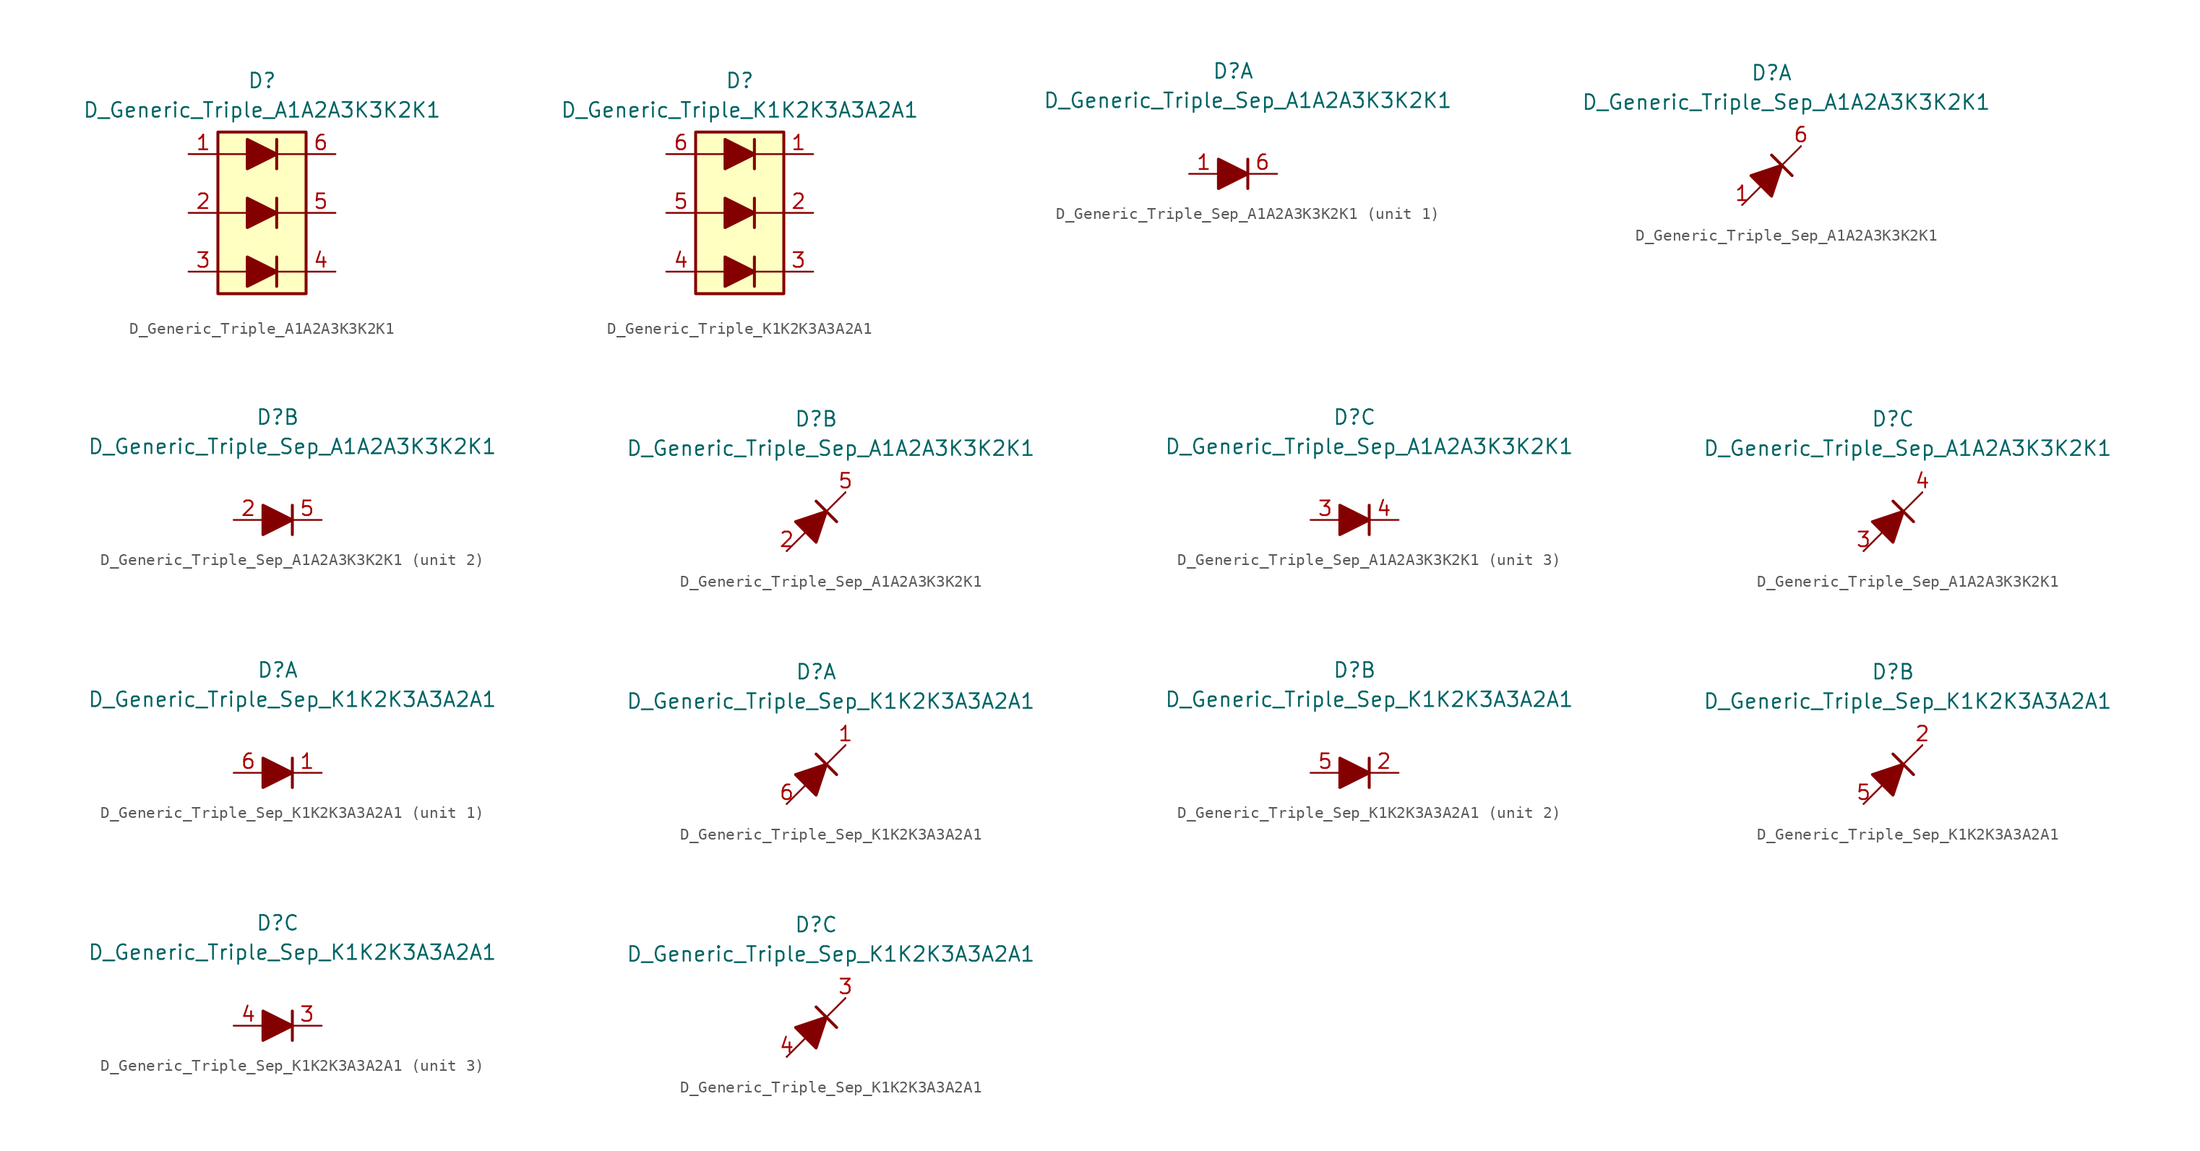
<source format=kicad_sym>
(kicad_symbol_lib
  (version 20231120)
  (generator "kicad_symbol_editor")
  (generator_version "8.0")
  (symbol "D_Generic_Triple_A1A2A3K3K2K1"
    (pin_names
      (offset 1.016) hide)
    (property "Reference" "D"
      (at 0 11.43 0)
      (effects (font (size 1.27 1.27))))
    (property "Value" "D_Generic_Triple_A1A2A3K3K2K1"
      (at 0 8.89 0)
      (effects (font (size 1.27 1.27))))
    (symbol "D_Generic_Triple_A1A2A3K3K2K1_0_1"
      (rectangle (start -3.81 6.985) (end 3.81 -6.985) (stroke (width 0.254) (type default)) (fill (type background)))
      (polyline (pts (xy -3.81 -5.08) (xy -1.27 -5.08)) (stroke (width 0) (type default)) (fill (type none)))
      (polyline (pts (xy -3.81 0) (xy -1.27 0)) (stroke (width 0) (type default)) (fill (type none)))
      (polyline (pts (xy -3.81 5.08) (xy -1.27 5.08)) (stroke (width 0) (type default)) (fill (type none)))
      (polyline (pts (xy 1.27 -5.08) (xy 3.81 -5.08)) (stroke (width 0) (type default)) (fill (type none)))
      (polyline (pts (xy 1.27 -3.81) (xy 1.27 -6.35)) (stroke (width 0.254) (type default)) (fill (type none)))
      (polyline (pts (xy 1.27 0) (xy 3.81 0)) (stroke (width 0) (type default)) (fill (type none)))
      (polyline (pts (xy 1.27 1.27) (xy 1.27 -1.27)) (stroke (width 0.254) (type default)) (fill (type none)))
      (polyline (pts (xy 1.27 5.08) (xy 3.81 5.08)) (stroke (width 0) (type default)) (fill (type none)))
      (polyline (pts (xy 1.27 6.35) (xy 1.27 3.81)) (stroke (width 0.254) (type default)) (fill (type none))))
    (symbol "D_Generic_Triple_A1A2A3K3K2K1_1_1"
      (polyline (pts (xy -1.27 -5.08) (xy 1.27 -5.08)) (stroke (width 0) (type default)) (fill (type none)))
      (polyline (pts (xy -1.27 0) (xy 1.27 0)) (stroke (width 0) (type default)) (fill (type none)))
      (polyline (pts (xy -1.27 5.08) (xy 1.27 5.08)) (stroke (width 0) (type default)) (fill (type none)))
      (polyline (pts (xy -1.27 -3.81) (xy -1.27 -6.35) (xy 1.27 -5.08) (xy -1.27 -3.81)) (stroke (width 0.254) (type default)) (fill (type outline)))
      (polyline (pts (xy -1.27 1.27) (xy -1.27 -1.27) (xy 1.27 0) (xy -1.27 1.27)) (stroke (width 0.254) (type default)) (fill (type outline)))
      (polyline (pts (xy -1.27 6.35) (xy -1.27 3.81) (xy 1.27 5.08) (xy -1.27 6.35)) (stroke (width 0.254) (type default)) (fill (type outline)))
      (pin passive line (at -6.35 5.08 0) (length 2.54) (name "A1" (effects (font (size 1.27 1.27)))) (number "1" (effects (font (size 1.27 1.27)))))
      (pin passive line (at -6.35 0 0) (length 2.54) (name "A2" (effects (font (size 1.27 1.27)))) (number "2" (effects (font (size 1.27 1.27)))))
      (pin passive line (at -6.35 -5.08 0) (length 2.54) (name "A3" (effects (font (size 1.27 1.27)))) (number "3" (effects (font (size 1.27 1.27)))))
      (pin passive line (at 6.35 -5.08 180) (length 2.54) (name "K3" (effects (font (size 1.27 1.27)))) (number "4" (effects (font (size 1.27 1.27)))))
      (pin passive line (at 6.35 0 180) (length 2.54) (name "K2" (effects (font (size 1.27 1.27)))) (number "5" (effects (font (size 1.27 1.27)))))
      (pin passive line (at 6.35 5.08 180) (length 2.54) (name "K1" (effects (font (size 1.27 1.27)))) (number "6" (effects (font (size 1.27 1.27)))))))
  (symbol "D_Generic_Triple_K1K2K3A3A2A1"
    (pin_names
      (offset 1.016) hide)
    (property "Reference" "D"
      (at 0 11.43 0)
      (effects (font (size 1.27 1.27))))
    (property "Value" "D_Generic_Triple_K1K2K3A3A2A1"
      (at 0 8.89 0)
      (effects (font (size 1.27 1.27))))
    (symbol "D_Generic_Triple_K1K2K3A3A2A1_0_1"
      (rectangle (start -3.81 6.985) (end 3.81 -6.985) (stroke (width 0.254) (type default)) (fill (type background)))
      (polyline (pts (xy -3.81 -5.08) (xy -1.27 -5.08)) (stroke (width 0) (type default)) (fill (type none)))
      (polyline (pts (xy -3.81 0) (xy -1.27 0)) (stroke (width 0) (type default)) (fill (type none)))
      (polyline (pts (xy -3.81 5.08) (xy -1.27 5.08)) (stroke (width 0) (type default)) (fill (type none)))
      (polyline (pts (xy 1.27 -5.08) (xy 3.81 -5.08)) (stroke (width 0) (type default)) (fill (type none)))
      (polyline (pts (xy 1.27 -3.81) (xy 1.27 -6.35)) (stroke (width 0.254) (type default)) (fill (type none)))
      (polyline (pts (xy 1.27 0) (xy 3.81 0)) (stroke (width 0) (type default)) (fill (type none)))
      (polyline (pts (xy 1.27 1.27) (xy 1.27 -1.27)) (stroke (width 0.254) (type default)) (fill (type none)))
      (polyline (pts (xy 1.27 5.08) (xy 3.81 5.08)) (stroke (width 0) (type default)) (fill (type none)))
      (polyline (pts (xy 1.27 6.35) (xy 1.27 3.81)) (stroke (width 0.254) (type default)) (fill (type none))))
    (symbol "D_Generic_Triple_K1K2K3A3A2A1_1_1"
      (polyline (pts (xy -1.27 -5.08) (xy 1.27 -5.08)) (stroke (width 0) (type default)) (fill (type none)))
      (polyline (pts (xy -1.27 0) (xy 1.27 0)) (stroke (width 0) (type default)) (fill (type none)))
      (polyline (pts (xy -1.27 5.08) (xy 1.27 5.08)) (stroke (width 0) (type default)) (fill (type none)))
      (polyline (pts (xy -1.27 -3.81) (xy -1.27 -6.35) (xy 1.27 -5.08) (xy -1.27 -3.81)) (stroke (width 0.254) (type default)) (fill (type outline)))
      (polyline (pts (xy -1.27 1.27) (xy -1.27 -1.27) (xy 1.27 0) (xy -1.27 1.27)) (stroke (width 0.254) (type default)) (fill (type outline)))
      (polyline (pts (xy -1.27 6.35) (xy -1.27 3.81) (xy 1.27 5.08) (xy -1.27 6.35)) (stroke (width 0.254) (type default)) (fill (type outline)))
      (pin passive line (at 6.35 5.08 180) (length 2.54) (name "K1" (effects (font (size 1.27 1.27)))) (number "1" (effects (font (size 1.27 1.27)))))
      (pin passive line (at 6.35 0 180) (length 2.54) (name "K2" (effects (font (size 1.27 1.27)))) (number "2" (effects (font (size 1.27 1.27)))))
      (pin passive line (at 6.35 -5.08 180) (length 2.54) (name "K3" (effects (font (size 1.27 1.27)))) (number "3" (effects (font (size 1.27 1.27)))))
      (pin passive line (at -6.35 -5.08 0) (length 2.54) (name "A3" (effects (font (size 1.27 1.27)))) (number "4" (effects (font (size 1.27 1.27)))))
      (pin passive line (at -6.35 0 0) (length 2.54) (name "A2" (effects (font (size 1.27 1.27)))) (number "5" (effects (font (size 1.27 1.27)))))
      (pin passive line (at -6.35 5.08 0) (length 2.54) (name "A1" (effects (font (size 1.27 1.27)))) (number "6" (effects (font (size 1.27 1.27)))))))
  (symbol "D_Generic_Triple_Sep_A1A2A3K3K2K1"
    (pin_names
      (offset 1.016) hide)
    (property "Reference" "D"
      (at 0 8.89 0)
      (effects (font (size 1.27 1.27))))
    (property "Value" "D_Generic_Triple_Sep_A1A2A3K3K2K1"
      (at 1.27 6.35 0)
      (effects (font (size 1.27 1.27))))
    (symbol "D_Generic_Triple_Sep_A1A2A3K3K2K1_0_1"
      (polyline (pts (xy 1.27 1.27) (xy 1.27 -1.27)) (stroke (width 0.254) (type default)) (fill (type none))))
    (symbol "D_Generic_Triple_Sep_A1A2A3K3K2K1_0_2"
      (polyline (pts (xy -2.54 -2.54) (xy 2.54 2.54)) (stroke (width 0) (type default)) (fill (type none)))
      (polyline (pts (xy 0 1.778) (xy 1.778 0)) (stroke (width 0.254) (type default)) (fill (type none)))
      (polyline (pts (xy -0.889 -0.889) (xy -1.778 0) (xy 0.889 0.889) (xy 0 -1.778) (xy -0.889 -0.889)) (stroke (width 0.254) (type default)) (fill (type outline))))
    (symbol "D_Generic_Triple_Sep_A1A2A3K3K2K1_1_1"
      (polyline (pts (xy -1.27 0) (xy 1.27 0)) (stroke (width 0) (type default)) (fill (type none)))
      (polyline (pts (xy -1.27 1.27) (xy -1.27 -1.27) (xy 1.27 0) (xy -1.27 1.27)) (stroke (width 0.254) (type default)) (fill (type outline)))
      (pin passive line (at -3.81 0 0) (length 2.54) (name "A3" (effects (font (size 1.27 1.27)))) (number "1" (effects (font (size 1.27 1.27)))))
      (pin passive line (at 3.81 0 180) (length 2.54) (name "K3" (effects (font (size 1.27 1.27)))) (number "6" (effects (font (size 1.27 1.27))))))
    (symbol "D_Generic_Triple_Sep_A1A2A3K3K2K1_1_2"
      (pin passive line (at -2.54 -2.54 0) (length 0) (name "A" (effects (font (size 1.27 1.27)))) (number "1" (effects (font (size 1.27 1.27)))))
      (pin passive line (at 2.54 2.54 180) (length 0) (name "K" (effects (font (size 1.27 1.27)))) (number "6" (effects (font (size 1.27 1.27))))))
    (symbol "D_Generic_Triple_Sep_A1A2A3K3K2K1_2_1"
      (polyline (pts (xy -1.27 0) (xy 1.27 0)) (stroke (width 0) (type default)) (fill (type none)))
      (polyline (pts (xy -1.27 1.27) (xy -1.27 -1.27) (xy 1.27 0) (xy -1.27 1.27)) (stroke (width 0.254) (type default)) (fill (type outline)))
      (pin passive line (at -3.81 0 0) (length 2.54) (name "A2" (effects (font (size 1.27 1.27)))) (number "2" (effects (font (size 1.27 1.27)))))
      (pin passive line (at 3.81 0 180) (length 2.54) (name "K2" (effects (font (size 1.27 1.27)))) (number "5" (effects (font (size 1.27 1.27))))))
    (symbol "D_Generic_Triple_Sep_A1A2A3K3K2K1_2_2"
      (pin passive line (at -2.54 -2.54 0) (length 0) (name "A2" (effects (font (size 1.27 1.27)))) (number "2" (effects (font (size 1.27 1.27)))))
      (pin passive line (at 2.54 2.54 180) (length 0) (name "K2" (effects (font (size 1.27 1.27)))) (number "5" (effects (font (size 1.27 1.27))))))
    (symbol "D_Generic_Triple_Sep_A1A2A3K3K2K1_3_1"
      (polyline (pts (xy -1.27 0) (xy 1.27 0)) (stroke (width 0) (type default)) (fill (type none)))
      (polyline (pts (xy -1.27 1.27) (xy -1.27 -1.27) (xy 1.27 0) (xy -1.27 1.27)) (stroke (width 0.254) (type default)) (fill (type outline)))
      (pin passive line (at -3.81 0 0) (length 2.54) (name "A3" (effects (font (size 1.27 1.27)))) (number "3" (effects (font (size 1.27 1.27)))))
      (pin passive line (at 3.81 0 180) (length 2.54) (name "K3" (effects (font (size 1.27 1.27)))) (number "4" (effects (font (size 1.27 1.27))))))
    (symbol "D_Generic_Triple_Sep_A1A2A3K3K2K1_3_2"
      (pin passive line (at -2.54 -2.54 0) (length 0) (name "A2" (effects (font (size 1.27 1.27)))) (number "3" (effects (font (size 1.27 1.27)))))
      (pin passive line (at 2.54 2.54 180) (length 0) (name "K2" (effects (font (size 1.27 1.27)))) (number "4" (effects (font (size 1.27 1.27)))))))
  (symbol "D_Generic_Triple_Sep_K1K2K3A3A2A1"
    (pin_names
      (offset 1.016) hide)
    (property "Reference" "D"
      (at 0 8.89 0)
      (effects (font (size 1.27 1.27))))
    (property "Value" "D_Generic_Triple_Sep_K1K2K3A3A2A1"
      (at 1.27 6.35 0)
      (effects (font (size 1.27 1.27))))
    (symbol "D_Generic_Triple_Sep_K1K2K3A3A2A1_0_1"
      (polyline (pts (xy 1.27 1.27) (xy 1.27 -1.27)) (stroke (width 0.254) (type default)) (fill (type none))))
    (symbol "D_Generic_Triple_Sep_K1K2K3A3A2A1_0_2"
      (polyline (pts (xy -2.54 -2.54) (xy 2.54 2.54)) (stroke (width 0) (type default)) (fill (type none)))
      (polyline (pts (xy 0 1.778) (xy 1.778 0)) (stroke (width 0.254) (type default)) (fill (type none)))
      (polyline (pts (xy -0.889 -0.889) (xy -1.778 0) (xy 0.889 0.889) (xy 0 -1.778) (xy -0.889 -0.889)) (stroke (width 0.254) (type default)) (fill (type outline))))
    (symbol "D_Generic_Triple_Sep_K1K2K3A3A2A1_1_1"
      (polyline (pts (xy -1.27 0) (xy 1.27 0)) (stroke (width 0) (type default)) (fill (type none)))
      (polyline (pts (xy -1.27 1.27) (xy -1.27 -1.27) (xy 1.27 0) (xy -1.27 1.27)) (stroke (width 0.254) (type default)) (fill (type outline)))
      (pin passive line (at 3.81 0 180) (length 2.54) (name "K3" (effects (font (size 1.27 1.27)))) (number "1" (effects (font (size 1.27 1.27)))))
      (pin passive line (at -3.81 0 0) (length 2.54) (name "A3" (effects (font (size 1.27 1.27)))) (number "6" (effects (font (size 1.27 1.27))))))
    (symbol "D_Generic_Triple_Sep_K1K2K3A3A2A1_1_2"
      (pin passive line (at 2.54 2.54 180) (length 0) (name "K" (effects (font (size 1.27 1.27)))) (number "1" (effects (font (size 1.27 1.27)))))
      (pin passive line (at -2.54 -2.54 0) (length 0) (name "A" (effects (font (size 1.27 1.27)))) (number "6" (effects (font (size 1.27 1.27))))))
    (symbol "D_Generic_Triple_Sep_K1K2K3A3A2A1_2_1"
      (polyline (pts (xy -1.27 0) (xy 1.27 0)) (stroke (width 0) (type default)) (fill (type none)))
      (polyline (pts (xy -1.27 1.27) (xy -1.27 -1.27) (xy 1.27 0) (xy -1.27 1.27)) (stroke (width 0.254) (type default)) (fill (type outline)))
      (pin passive line (at 3.81 0 180) (length 2.54) (name "K2" (effects (font (size 1.27 1.27)))) (number "2" (effects (font (size 1.27 1.27)))))
      (pin passive line (at -3.81 0 0) (length 2.54) (name "A2" (effects (font (size 1.27 1.27)))) (number "5" (effects (font (size 1.27 1.27))))))
    (symbol "D_Generic_Triple_Sep_K1K2K3A3A2A1_2_2"
      (pin passive line (at 2.54 2.54 180) (length 0) (name "K2" (effects (font (size 1.27 1.27)))) (number "2" (effects (font (size 1.27 1.27)))))
      (pin passive line (at -2.54 -2.54 0) (length 0) (name "A2" (effects (font (size 1.27 1.27)))) (number "5" (effects (font (size 1.27 1.27))))))
    (symbol "D_Generic_Triple_Sep_K1K2K3A3A2A1_3_1"
      (polyline (pts (xy -1.27 0) (xy 1.27 0)) (stroke (width 0) (type default)) (fill (type none)))
      (polyline (pts (xy -1.27 1.27) (xy -1.27 -1.27) (xy 1.27 0) (xy -1.27 1.27)) (stroke (width 0.254) (type default)) (fill (type outline)))
      (pin passive line (at 3.81 0 180) (length 2.54) (name "K3" (effects (font (size 1.27 1.27)))) (number "3" (effects (font (size 1.27 1.27)))))
      (pin passive line (at -3.81 0 0) (length 2.54) (name "A3" (effects (font (size 1.27 1.27)))) (number "4" (effects (font (size 1.27 1.27))))))
    (symbol "D_Generic_Triple_Sep_K1K2K3A3A2A1_3_2"
      (pin passive line (at 2.54 2.54 180) (length 0) (name "K2" (effects (font (size 1.27 1.27)))) (number "3" (effects (font (size 1.27 1.27)))))
      (pin passive line (at -2.54 -2.54 0) (length 0) (name "A2" (effects (font (size 1.27 1.27)))) (number "4" (effects (font (size 1.27 1.27))))))))
</source>
